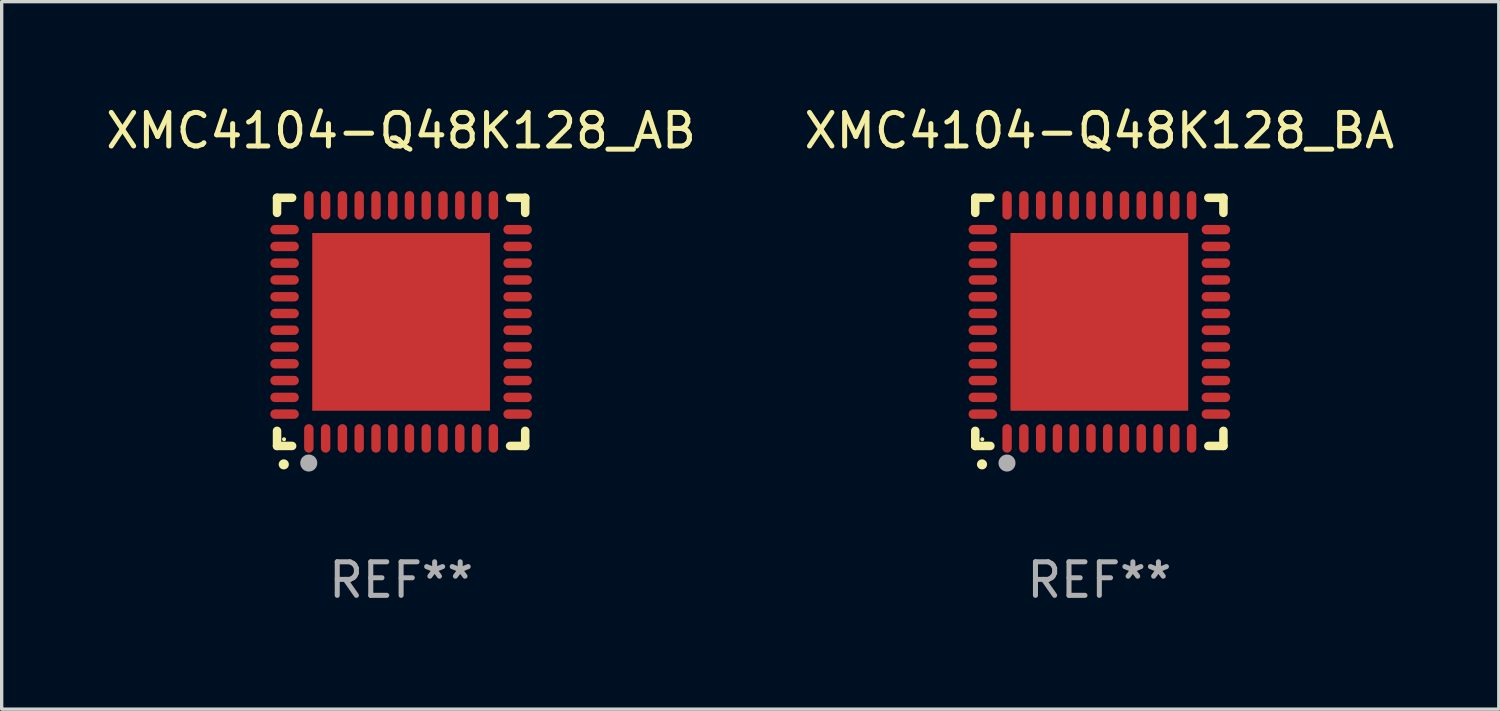
<source format=kicad_pcb>
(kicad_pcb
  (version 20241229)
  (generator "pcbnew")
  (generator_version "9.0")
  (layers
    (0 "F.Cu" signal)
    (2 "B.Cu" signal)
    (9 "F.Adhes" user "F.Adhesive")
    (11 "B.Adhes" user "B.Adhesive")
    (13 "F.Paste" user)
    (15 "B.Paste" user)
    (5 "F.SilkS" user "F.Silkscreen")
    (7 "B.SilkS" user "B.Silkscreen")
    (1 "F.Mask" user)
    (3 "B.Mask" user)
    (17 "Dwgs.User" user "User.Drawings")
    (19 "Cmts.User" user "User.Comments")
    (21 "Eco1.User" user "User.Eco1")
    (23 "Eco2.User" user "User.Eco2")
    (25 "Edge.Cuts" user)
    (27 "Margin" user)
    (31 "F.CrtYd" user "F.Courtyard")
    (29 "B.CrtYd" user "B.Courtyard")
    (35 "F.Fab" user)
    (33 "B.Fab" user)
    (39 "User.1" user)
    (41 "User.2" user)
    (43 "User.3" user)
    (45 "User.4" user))
  (footprint "XMC4104-Q48K128_AB"
    (layer "F.Cu")
    (at 8.911 6.548)
    (property "Reference" "XMC4104-Q48K128_AB" (at 0 -5.7 0) (layer "F.SilkS") (effects (font (size 1 1) (thickness 0.15))))
    (attr through_hole)
    (fp_line (start -3.7 -3.7) (end -3.25 -3.7) (stroke (width 0.254) (type solid)) (layer "F.SilkS"))
    (fp_line (start -3.7 -3.25) (end -3.7 -3.7) (stroke (width 0.254) (type solid)) (layer "F.SilkS"))
    (fp_line (start -3.7 3.7) (end -3.7 3.25) (stroke (width 0.254) (type solid)) (layer "F.SilkS"))
    (fp_line (start -3.25 3.7) (end -3.7 3.7) (stroke (width 0.254) (type solid)) (layer "F.SilkS"))
    (fp_line (start 3.25 3.7) (end 3.7 3.7) (stroke (width 0.254) (type solid)) (layer "F.SilkS"))
    (fp_line (start 3.7 -3.7) (end 3.25 -3.7) (stroke (width 0.254) (type solid)) (layer "F.SilkS"))
    (fp_line (start 3.7 -3.25) (end 3.7 -3.7) (stroke (width 0.254) (type solid)) (layer "F.SilkS"))
    (fp_line (start 3.7 3.7) (end 3.7 3.25) (stroke (width 0.254) (type solid)) (layer "F.SilkS"))
    (fp_arc (start -3.500127 4.249428) (mid -3.498857 4.249423) (end -3.497587 4.249428) (stroke (width 0.3) (type solid)) (layer "F.SilkS"))
    (fp_circle (center -3.491 3.501) (end -3.461 3.501) (stroke (width 0.06) (type solid)) (fill no) (layer "F.SilkS"))
    (fp_circle (center -2.754 4.21) (end -2.627 4.21) (stroke (width 0.254) (type solid)) (fill no) (layer "F.Fab"))
    (fp_text user "REF**" (at 0 7.7 0) (layer "F.Fab") (effects (font (size 1 1) (thickness 0.15))))
    (pad "1" smd oval (at -2.751 3.475) (size 0.28 0.85) (layers "F.Cu" "F.Mask" "F.Paste"))
    (pad "2" smd oval (at -2.251 3.475) (size 0.28 0.85) (layers "F.Cu" "F.Mask" "F.Paste"))
    (pad "3" smd oval (at -1.75 3.475) (size 0.28 0.85) (layers "F.Cu" "F.Mask" "F.Paste"))
    (pad "4" smd oval (at -1.25 3.475) (size 0.28 0.85) (layers "F.Cu" "F.Mask" "F.Paste"))
    (pad "5" smd oval (at -0.749 3.475) (size 0.28 0.85) (layers "F.Cu" "F.Mask" "F.Paste"))
    (pad "6" smd oval (at -0.249 3.475) (size 0.28 0.85) (layers "F.Cu" "F.Mask" "F.Paste"))
    (pad "7" smd oval (at 0.249 3.475) (size 0.28 0.85) (layers "F.Cu" "F.Mask" "F.Paste"))
    (pad "8" smd oval (at 0.749 3.475) (size 0.28 0.85) (layers "F.Cu" "F.Mask" "F.Paste"))
    (pad "9" smd oval (at 1.25 3.475) (size 0.28 0.85) (layers "F.Cu" "F.Mask" "F.Paste"))
    (pad "10" smd oval (at 1.75 3.475) (size 0.28 0.85) (layers "F.Cu" "F.Mask" "F.Paste"))
    (pad "11" smd oval (at 2.25 3.475) (size 0.28 0.85) (layers "F.Cu" "F.Mask" "F.Paste"))
    (pad "12" smd oval (at 2.751 3.475) (size 0.28 0.85) (layers "F.Cu" "F.Mask" "F.Paste"))
    (pad "13" smd oval (at 3.475 2.751) (size 0.85 0.28) (layers "F.Cu" "F.Mask" "F.Paste"))
    (pad "14" smd oval (at 3.475 2.251) (size 0.85 0.28) (layers "F.Cu" "F.Mask" "F.Paste"))
    (pad "15" smd oval (at 3.475 1.75) (size 0.85 0.28) (layers "F.Cu" "F.Mask" "F.Paste"))
    (pad "16" smd oval (at 3.475 1.25) (size 0.85 0.28) (layers "F.Cu" "F.Mask" "F.Paste"))
    (pad "17" smd oval (at 3.475 0.749) (size 0.85 0.28) (layers "F.Cu" "F.Mask" "F.Paste"))
    (pad "18" smd oval (at 3.475 0.249) (size 0.85 0.28) (layers "F.Cu" "F.Mask" "F.Paste"))
    (pad "19" smd oval (at 3.475 -0.249) (size 0.85 0.28) (layers "F.Cu" "F.Mask" "F.Paste"))
    (pad "20" smd oval (at 3.475 -0.749) (size 0.85 0.28) (layers "F.Cu" "F.Mask" "F.Paste"))
    (pad "21" smd oval (at 3.475 -1.25) (size 0.85 0.28) (layers "F.Cu" "F.Mask" "F.Paste"))
    (pad "22" smd oval (at 3.475 -1.75) (size 0.85 0.28) (layers "F.Cu" "F.Mask" "F.Paste"))
    (pad "23" smd oval (at 3.475 -2.25) (size 0.85 0.28) (layers "F.Cu" "F.Mask" "F.Paste"))
    (pad "24" smd oval (at 3.475 -2.751) (size 0.85 0.28) (layers "F.Cu" "F.Mask" "F.Paste"))
    (pad "25" smd oval (at 2.751 -3.475) (size 0.28 0.85) (layers "F.Cu" "F.Mask" "F.Paste"))
    (pad "26" smd oval (at 2.25 -3.475) (size 0.28 0.85) (layers "F.Cu" "F.Mask" "F.Paste"))
    (pad "27" smd oval (at 1.75 -3.475) (size 0.28 0.85) (layers "F.Cu" "F.Mask" "F.Paste"))
    (pad "28" smd oval (at 1.25 -3.475) (size 0.28 0.85) (layers "F.Cu" "F.Mask" "F.Paste"))
    (pad "29" smd oval (at 0.749 -3.475) (size 0.28 0.85) (layers "F.Cu" "F.Mask" "F.Paste"))
    (pad "30" smd oval (at 0.249 -3.475) (size 0.28 0.85) (layers "F.Cu" "F.Mask" "F.Paste"))
    (pad "31" smd oval (at -0.249 -3.475) (size 0.28 0.85) (layers "F.Cu" "F.Mask" "F.Paste"))
    (pad "32" smd oval (at -0.749 -3.475) (size 0.28 0.85) (layers "F.Cu" "F.Mask" "F.Paste"))
    (pad "33" smd oval (at -1.25 -3.475) (size 0.28 0.85) (layers "F.Cu" "F.Mask" "F.Paste"))
    (pad "34" smd oval (at -1.75 -3.475) (size 0.28 0.85) (layers "F.Cu" "F.Mask" "F.Paste"))
    (pad "35" smd oval (at -2.251 -3.475) (size 0.28 0.85) (layers "F.Cu" "F.Mask" "F.Paste"))
    (pad "36" smd oval (at -2.751 -3.475) (size 0.28 0.85) (layers "F.Cu" "F.Mask" "F.Paste"))
    (pad "37" smd oval (at -3.475 -2.751) (size 0.85 0.28) (layers "F.Cu" "F.Mask" "F.Paste"))
    (pad "38" smd oval (at -3.475 -2.25) (size 0.85 0.28) (layers "F.Cu" "F.Mask" "F.Paste"))
    (pad "39" smd oval (at -3.475 -1.75) (size 0.85 0.28) (layers "F.Cu" "F.Mask" "F.Paste"))
    (pad "40" smd oval (at -3.475 -1.25) (size 0.85 0.28) (layers "F.Cu" "F.Mask" "F.Paste"))
    (pad "41" smd oval (at -3.475 -0.749) (size 0.85 0.28) (layers "F.Cu" "F.Mask" "F.Paste"))
    (pad "42" smd oval (at -3.475 -0.249) (size 0.85 0.28) (layers "F.Cu" "F.Mask" "F.Paste"))
    (pad "43" smd oval (at -3.475 0.249) (size 0.85 0.28) (layers "F.Cu" "F.Mask" "F.Paste"))
    (pad "44" smd oval (at -3.475 0.749) (size 0.85 0.28) (layers "F.Cu" "F.Mask" "F.Paste"))
    (pad "45" smd oval (at -3.475 1.25) (size 0.85 0.28) (layers "F.Cu" "F.Mask" "F.Paste"))
    (pad "46" smd oval (at -3.475 1.75) (size 0.85 0.28) (layers "F.Cu" "F.Mask" "F.Paste"))
    (pad "47" smd oval (at -3.475 2.251) (size 0.85 0.28) (layers "F.Cu" "F.Mask" "F.Paste"))
    (pad "48" smd oval (at -3.475 2.751) (size 0.85 0.28) (layers "F.Cu" "F.Mask" "F.Paste"))
    (pad "49" smd rect (at -0.000102 0.000102) (size 5.3 5.3) (layers "F.Cu" "F.Mask" "F.Paste")))
  (footprint "XMC4104-Q48K128_BA"
    (layer "F.Cu")
    (at 29.732 6.548)
    (property "Reference" "XMC4104-Q48K128_BA" (at 0 -5.7 0) (layer "F.SilkS") (effects (font (size 1 1) (thickness 0.15))))
    (attr through_hole)
    (fp_line (start -3.7 -3.7) (end -3.25 -3.7) (stroke (width 0.254) (type solid)) (layer "F.SilkS"))
    (fp_line (start -3.7 -3.25) (end -3.7 -3.7) (stroke (width 0.254) (type solid)) (layer "F.SilkS"))
    (fp_line (start -3.7 3.7) (end -3.7 3.25) (stroke (width 0.254) (type solid)) (layer "F.SilkS"))
    (fp_line (start -3.25 3.7) (end -3.7 3.7) (stroke (width 0.254) (type solid)) (layer "F.SilkS"))
    (fp_line (start 3.25 3.7) (end 3.7 3.7) (stroke (width 0.254) (type solid)) (layer "F.SilkS"))
    (fp_line (start 3.7 -3.7) (end 3.25 -3.7) (stroke (width 0.254) (type solid)) (layer "F.SilkS"))
    (fp_line (start 3.7 -3.25) (end 3.7 -3.7) (stroke (width 0.254) (type solid)) (layer "F.SilkS"))
    (fp_line (start 3.7 3.7) (end 3.7 3.25) (stroke (width 0.254) (type solid)) (layer "F.SilkS"))
    (fp_arc (start -3.500127 4.249428) (mid -3.498857 4.249423) (end -3.497587 4.249428) (stroke (width 0.3) (type solid)) (layer "F.SilkS"))
    (fp_circle (center -3.491 3.501) (end -3.461 3.501) (stroke (width 0.06) (type solid)) (fill no) (layer "F.SilkS"))
    (fp_circle (center -2.754 4.21) (end -2.627 4.21) (stroke (width 0.254) (type solid)) (fill no) (layer "F.Fab"))
    (fp_text user "REF**" (at 0 7.7 0) (layer "F.Fab") (effects (font (size 1 1) (thickness 0.15))))
    (pad "1" smd oval (at -2.751 3.475) (size 0.28 0.85) (layers "F.Cu" "F.Mask" "F.Paste"))
    (pad "2" smd oval (at -2.251 3.475) (size 0.28 0.85) (layers "F.Cu" "F.Mask" "F.Paste"))
    (pad "3" smd oval (at -1.75 3.475) (size 0.28 0.85) (layers "F.Cu" "F.Mask" "F.Paste"))
    (pad "4" smd oval (at -1.25 3.475) (size 0.28 0.85) (layers "F.Cu" "F.Mask" "F.Paste"))
    (pad "5" smd oval (at -0.749 3.475) (size 0.28 0.85) (layers "F.Cu" "F.Mask" "F.Paste"))
    (pad "6" smd oval (at -0.249 3.475) (size 0.28 0.85) (layers "F.Cu" "F.Mask" "F.Paste"))
    (pad "7" smd oval (at 0.249 3.475) (size 0.28 0.85) (layers "F.Cu" "F.Mask" "F.Paste"))
    (pad "8" smd oval (at 0.749 3.475) (size 0.28 0.85) (layers "F.Cu" "F.Mask" "F.Paste"))
    (pad "9" smd oval (at 1.25 3.475) (size 0.28 0.85) (layers "F.Cu" "F.Mask" "F.Paste"))
    (pad "10" smd oval (at 1.75 3.475) (size 0.28 0.85) (layers "F.Cu" "F.Mask" "F.Paste"))
    (pad "11" smd oval (at 2.25 3.475) (size 0.28 0.85) (layers "F.Cu" "F.Mask" "F.Paste"))
    (pad "12" smd oval (at 2.751 3.475) (size 0.28 0.85) (layers "F.Cu" "F.Mask" "F.Paste"))
    (pad "13" smd oval (at 3.475 2.751) (size 0.85 0.28) (layers "F.Cu" "F.Mask" "F.Paste"))
    (pad "14" smd oval (at 3.475 2.251) (size 0.85 0.28) (layers "F.Cu" "F.Mask" "F.Paste"))
    (pad "15" smd oval (at 3.475 1.75) (size 0.85 0.28) (layers "F.Cu" "F.Mask" "F.Paste"))
    (pad "16" smd oval (at 3.475 1.25) (size 0.85 0.28) (layers "F.Cu" "F.Mask" "F.Paste"))
    (pad "17" smd oval (at 3.475 0.749) (size 0.85 0.28) (layers "F.Cu" "F.Mask" "F.Paste"))
    (pad "18" smd oval (at 3.475 0.249) (size 0.85 0.28) (layers "F.Cu" "F.Mask" "F.Paste"))
    (pad "19" smd oval (at 3.475 -0.249) (size 0.85 0.28) (layers "F.Cu" "F.Mask" "F.Paste"))
    (pad "20" smd oval (at 3.475 -0.749) (size 0.85 0.28) (layers "F.Cu" "F.Mask" "F.Paste"))
    (pad "21" smd oval (at 3.475 -1.25) (size 0.85 0.28) (layers "F.Cu" "F.Mask" "F.Paste"))
    (pad "22" smd oval (at 3.475 -1.75) (size 0.85 0.28) (layers "F.Cu" "F.Mask" "F.Paste"))
    (pad "23" smd oval (at 3.475 -2.25) (size 0.85 0.28) (layers "F.Cu" "F.Mask" "F.Paste"))
    (pad "24" smd oval (at 3.475 -2.751) (size 0.85 0.28) (layers "F.Cu" "F.Mask" "F.Paste"))
    (pad "25" smd oval (at 2.751 -3.475) (size 0.28 0.85) (layers "F.Cu" "F.Mask" "F.Paste"))
    (pad "26" smd oval (at 2.25 -3.475) (size 0.28 0.85) (layers "F.Cu" "F.Mask" "F.Paste"))
    (pad "27" smd oval (at 1.75 -3.475) (size 0.28 0.85) (layers "F.Cu" "F.Mask" "F.Paste"))
    (pad "28" smd oval (at 1.25 -3.475) (size 0.28 0.85) (layers "F.Cu" "F.Mask" "F.Paste"))
    (pad "29" smd oval (at 0.749 -3.475) (size 0.28 0.85) (layers "F.Cu" "F.Mask" "F.Paste"))
    (pad "30" smd oval (at 0.249 -3.475) (size 0.28 0.85) (layers "F.Cu" "F.Mask" "F.Paste"))
    (pad "31" smd oval (at -0.249 -3.475) (size 0.28 0.85) (layers "F.Cu" "F.Mask" "F.Paste"))
    (pad "32" smd oval (at -0.749 -3.475) (size 0.28 0.85) (layers "F.Cu" "F.Mask" "F.Paste"))
    (pad "33" smd oval (at -1.25 -3.475) (size 0.28 0.85) (layers "F.Cu" "F.Mask" "F.Paste"))
    (pad "34" smd oval (at -1.75 -3.475) (size 0.28 0.85) (layers "F.Cu" "F.Mask" "F.Paste"))
    (pad "35" smd oval (at -2.251 -3.475) (size 0.28 0.85) (layers "F.Cu" "F.Mask" "F.Paste"))
    (pad "36" smd oval (at -2.751 -3.475) (size 0.28 0.85) (layers "F.Cu" "F.Mask" "F.Paste"))
    (pad "37" smd oval (at -3.475 -2.751) (size 0.85 0.28) (layers "F.Cu" "F.Mask" "F.Paste"))
    (pad "38" smd oval (at -3.475 -2.25) (size 0.85 0.28) (layers "F.Cu" "F.Mask" "F.Paste"))
    (pad "39" smd oval (at -3.475 -1.75) (size 0.85 0.28) (layers "F.Cu" "F.Mask" "F.Paste"))
    (pad "40" smd oval (at -3.475 -1.25) (size 0.85 0.28) (layers "F.Cu" "F.Mask" "F.Paste"))
    (pad "41" smd oval (at -3.475 -0.749) (size 0.85 0.28) (layers "F.Cu" "F.Mask" "F.Paste"))
    (pad "42" smd oval (at -3.475 -0.249) (size 0.85 0.28) (layers "F.Cu" "F.Mask" "F.Paste"))
    (pad "43" smd oval (at -3.475 0.249) (size 0.85 0.28) (layers "F.Cu" "F.Mask" "F.Paste"))
    (pad "44" smd oval (at -3.475 0.749) (size 0.85 0.28) (layers "F.Cu" "F.Mask" "F.Paste"))
    (pad "45" smd oval (at -3.475 1.25) (size 0.85 0.28) (layers "F.Cu" "F.Mask" "F.Paste"))
    (pad "46" smd oval (at -3.475 1.75) (size 0.85 0.28) (layers "F.Cu" "F.Mask" "F.Paste"))
    (pad "47" smd oval (at -3.475 2.251) (size 0.85 0.28) (layers "F.Cu" "F.Mask" "F.Paste"))
    (pad "48" smd oval (at -3.475 2.751) (size 0.85 0.28) (layers "F.Cu" "F.Mask" "F.Paste"))
    (pad "49" smd rect (at -0.000102 0.000102) (size 5.3 5.3) (layers "F.Cu" "F.Mask" "F.Paste")))
  (gr_rect
    (start -3 -3)
    (end 41.643 18.097)
    (stroke (width 0.1) (type default))
    (fill no)
    (layer "Edge.Cuts")))
</source>
